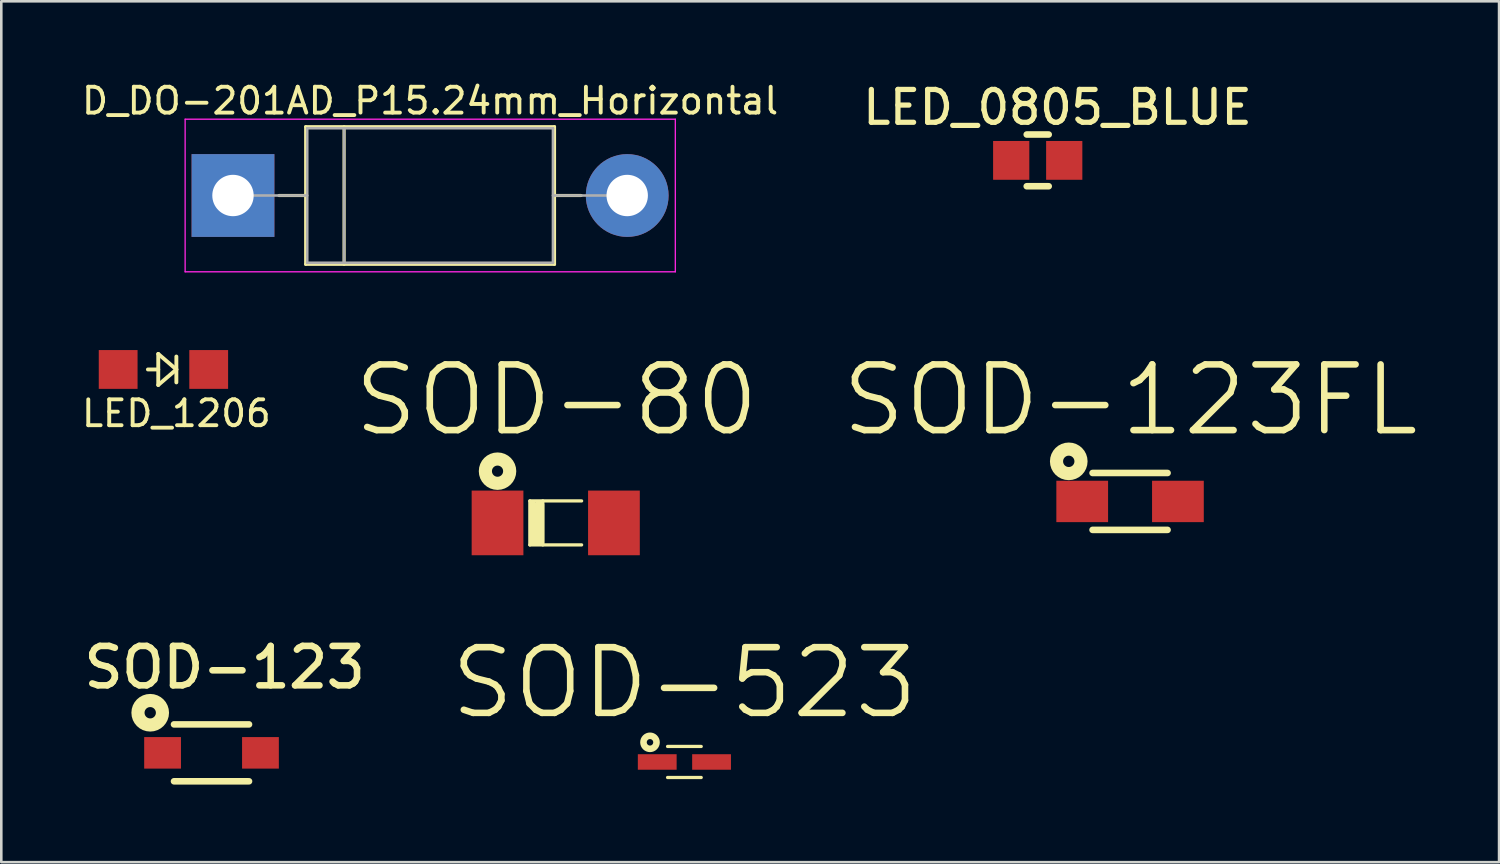
<source format=kicad_pcb>
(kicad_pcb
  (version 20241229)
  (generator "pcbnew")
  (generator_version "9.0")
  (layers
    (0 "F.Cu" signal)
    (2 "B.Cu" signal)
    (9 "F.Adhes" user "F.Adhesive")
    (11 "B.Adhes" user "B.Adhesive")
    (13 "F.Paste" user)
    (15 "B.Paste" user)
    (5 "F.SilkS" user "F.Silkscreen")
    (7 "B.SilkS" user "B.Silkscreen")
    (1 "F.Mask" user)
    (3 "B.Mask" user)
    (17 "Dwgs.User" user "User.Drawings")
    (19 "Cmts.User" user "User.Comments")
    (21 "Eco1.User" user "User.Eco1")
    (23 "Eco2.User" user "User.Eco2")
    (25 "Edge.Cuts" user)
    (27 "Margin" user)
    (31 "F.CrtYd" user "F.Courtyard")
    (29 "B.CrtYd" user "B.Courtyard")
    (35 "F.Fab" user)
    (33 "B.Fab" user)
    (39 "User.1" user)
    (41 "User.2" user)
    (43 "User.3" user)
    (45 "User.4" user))
  (footprint "SOD-523"
    (layer "F.Cu")
    (at 23.408 26.407)
    (property "Reference" "SOD-523" (at 0 -3.06 0) (layer "F.SilkS") (effects (font (size 2.54 2.54) (thickness 0.254))))
    (attr through_hole)
    (fp_line (start -0.65 0.6) (end 0.65 0.6) (stroke (width 0.127) (type solid)) (layer "F.SilkS"))
    (fp_line (start 0.65 -0.6) (end -0.65 -0.6) (stroke (width 0.127) (type solid)) (layer "F.SilkS"))
    (fp_circle (center -1.33 -0.76) (end -1.22 -0.82) (stroke (width 0.254) (type solid)) (fill no) (layer "F.SilkS"))
    (pad "1" smd rect (at -1.05 0) (size 1.5 0.6) (layers "F.Cu" "F.Mask" "F.Paste"))
    (pad "2" smd rect (at 1.05 0) (size 1.5 0.6) (layers "F.Cu" "F.Mask" "F.Paste")))
  (footprint "D_DO-201AD_P15.24mm_Horizontal"
    (layer "F.Cu")
    (at 5.957 4.508)
    (property "Reference" "D_DO-201AD_P15.24mm_Horizontal" (at 7.62 -3.66 0) (layer "F.SilkS") (effects (font (size 1 1) (thickness 0.15))))
    (attr through_hole)
    (fp_line (start 1.78 0) (end 2.81 0) (stroke (width 0.12) (type solid)) (layer "F.SilkS"))
    (fp_line (start 2.81 -2.66) (end 2.81 2.66) (stroke (width 0.12) (type solid)) (layer "F.SilkS"))
    (fp_line (start 2.81 2.66) (end 12.43 2.66) (stroke (width 0.12) (type solid)) (layer "F.SilkS"))
    (fp_line (start 4.295 -2.66) (end 4.295 2.66) (stroke (width 0.12) (type solid)) (layer "F.SilkS"))
    (fp_line (start 12.43 -2.66) (end 2.81 -2.66) (stroke (width 0.12) (type solid)) (layer "F.SilkS"))
    (fp_line (start 12.43 2.66) (end 12.43 -2.66) (stroke (width 0.12) (type solid)) (layer "F.SilkS"))
    (fp_line (start 13.46 0) (end 12.43 0) (stroke (width 0.12) (type solid)) (layer "F.SilkS"))
    (fp_line (start -1.85 -2.95) (end -1.85 2.95) (stroke (width 0.05) (type solid)) (layer "F.CrtYd"))
    (fp_line (start -1.85 2.95) (end 17.1 2.95) (stroke (width 0.05) (type solid)) (layer "F.CrtYd"))
    (fp_line (start 17.1 -2.95) (end -1.85 -2.95) (stroke (width 0.05) (type solid)) (layer "F.CrtYd"))
    (fp_line (start 17.1 2.95) (end 17.1 -2.95) (stroke (width 0.05) (type solid)) (layer "F.CrtYd"))
    (fp_line (start 0 0) (end 2.87 0) (stroke (width 0.1) (type solid)) (layer "F.Fab"))
    (fp_line (start 2.87 -2.6) (end 2.87 2.6) (stroke (width 0.1) (type solid)) (layer "F.Fab"))
    (fp_line (start 2.87 2.6) (end 12.37 2.6) (stroke (width 0.1) (type solid)) (layer "F.Fab"))
    (fp_line (start 4.295 -2.6) (end 4.295 2.6) (stroke (width 0.1) (type solid)) (layer "F.Fab"))
    (fp_line (start 12.37 -2.6) (end 2.87 -2.6) (stroke (width 0.1) (type solid)) (layer "F.Fab"))
    (fp_line (start 12.37 2.6) (end 12.37 -2.6) (stroke (width 0.1) (type solid)) (layer "F.Fab"))
    (fp_line (start 15.24 0) (end 12.37 0) (stroke (width 0.1) (type solid)) (layer "F.Fab"))
    (pad "1" thru_hole rect (at 0 0) (size 3.2 3.2) (drill 1.6) (layers "*.Cu" "*.Mask"))
    (pad "2" thru_hole oval (at 15.24 0) (size 3.2 3.2) (drill 1.6) (layers "*.Cu" "*.Mask")))
  (footprint "LED_1206"
    (layer "F.Cu")
    (at 3.268 11.233)
    (property "Reference" "LED_1206" (at 0.5 1.7 0) (layer "F.SilkS") (effects (font (size 1 1) (thickness 0.15))))
    (attr through_hole)
    (fp_line (start -0.2 -0.6) (end -0.2 0.6) (stroke (width 0.15) (type solid)) (layer "F.SilkS"))
    (fp_line (start -0.2 0) (end -0.6 0) (stroke (width 0.15) (type solid)) (layer "F.SilkS"))
    (fp_line (start -0.2 0.6) (end 0.5 0) (stroke (width 0.15) (type solid)) (layer "F.SilkS"))
    (fp_line (start 0.5 -0.5) (end 0.5 0.5) (stroke (width 0.15) (type solid)) (layer "F.SilkS"))
    (fp_line (start 0.5 0) (end -0.2 -0.6) (stroke (width 0.15) (type solid)) (layer "F.SilkS"))
    (pad "1" smd rect (at 1.75 0) (size 1.5 1.5) (layers "F.Cu" "F.Mask" "F.Paste"))
    (pad "2" smd rect (at -1.75 0) (size 1.5 1.5) (layers "F.Cu" "F.Mask" "F.Paste")))
  (footprint "LED_0805_BLUE"
    (layer "F.Cu")
    (at 36.042 3.15)
    (property "Reference" "LED_0805_BLUE" (at 1.79 -2.05 0) (layer "F.SilkS") (effects (font (size 1.27 1.27) (thickness 0.203))))
    (attr through_hole)
    (fp_line (start 0.6 -1) (end 1.45 -1) (stroke (width 0.254) (type solid)) (layer "F.SilkS"))
    (fp_line (start 0.6 1) (end 1.45 1) (stroke (width 0.254) (type solid)) (layer "F.SilkS"))
    (pad "1" smd rect (at 0 0) (size 1.4 1.5) (layers "F.Cu" "F.Mask" "F.Paste"))
    (pad "2" smd rect (at 2.05 0) (size 1.4 1.5) (layers "F.Cu" "F.Mask" "F.Paste")))
  (footprint "SOD-123FL"
    (layer "F.Cu")
    (at 40.637 16.335)
    (property "Reference" "SOD-123FL" (at 0.01 -3.92 0) (layer "F.SilkS") (effects (font (size 2.54 2.54) (thickness 0.254))))
    (attr through_hole)
    (fp_line (start -1.45 1.1) (end 1.45 1.1) (stroke (width 0.254) (type solid)) (layer "F.SilkS"))
    (fp_line (start 1.45 -1.1) (end -1.45 -1.1) (stroke (width 0.254) (type solid)) (layer "F.SilkS"))
    (fp_circle (center -2.37 -1.55) (end -2.18 -1.66) (stroke (width 0.508) (type solid)) (fill no) (layer "F.SilkS"))
    (pad "1" smd rect (at -1.85 0) (size 2 1.6) (layers "F.Cu" "F.Mask" "F.Paste"))
    (pad "2" smd rect (at 1.85 0) (size 2 1.6) (layers "F.Cu" "F.Mask" "F.Paste")))
  (footprint "SOD-80"
    (layer "F.Cu")
    (at 18.434 17.165)
    (property "Reference" "SOD-80" (at 0.03 -4.75 0) (layer "F.SilkS") (effects (font (size 2.54 2.54) (thickness 0.254))))
    (attr through_hole)
    (fp_line (start -1 0.85) (end -1 -0.85) (stroke (width 0.127) (type solid)) (layer "F.SilkS"))
    (fp_line (start -1 0.85) (end 1 0.85) (stroke (width 0.127) (type solid)) (layer "F.SilkS"))
    (fp_line (start -0.89 0.73) (end -0.88 -0.72) (stroke (width 0.254) (type solid)) (layer "F.SilkS"))
    (fp_line (start -0.7 -0.7) (end -0.69 0.73) (stroke (width 0.254) (type solid)) (layer "F.SilkS"))
    (fp_line (start -0.69 0.73) (end -0.89 0.73) (stroke (width 0.254) (type solid)) (layer "F.SilkS"))
    (fp_line (start -0.57 -0.71) (end -0.57 0.75) (stroke (width 0.254) (type solid)) (layer "F.SilkS"))
    (fp_line (start -0.5 -0.85) (end -0.5 0.85) (stroke (width 0.127) (type solid)) (layer "F.SilkS"))
    (fp_line (start 1 -0.85) (end -1 -0.85) (stroke (width 0.127) (type solid)) (layer "F.SilkS"))
    (fp_circle (center -2.25 -2) (end -2.43 -2.12) (stroke (width 0.508) (type solid)) (fill no) (layer "F.SilkS"))
    (pad "1" smd rect (at -2.25 0) (size 2 2.5) (layers "F.Cu" "F.Mask" "F.Paste"))
    (pad "2" smd rect (at 2.25 0) (size 2 2.5) (layers "F.Cu" "F.Mask" "F.Paste")))
  (footprint "SOD-123"
    (layer "F.Cu")
    (at 5.127 26.054)
    (property "Reference" "SOD-123" (at 0.508 -3.302 0) (layer "F.SilkS") (effects (font (size 1.524 1.524) (thickness 0.254))))
    (attr through_hole)
    (fp_line (start -1.45 1.1) (end 1.45 1.1) (stroke (width 0.254) (type solid)) (layer "F.SilkS"))
    (fp_line (start 1.45 -1.1) (end -1.45 -1.1) (stroke (width 0.254) (type solid)) (layer "F.SilkS"))
    (fp_circle (center -2.37 -1.55) (end -2.18 -1.66) (stroke (width 0.508) (type solid)) (fill no) (layer "F.SilkS"))
    (pad "1" smd rect (at -1.892 0) (size 1.422 1.219) (layers "F.Cu" "F.Mask" "F.Paste"))
    (pad "2" smd rect (at 1.892 0) (size 1.422 1.219) (layers "F.Cu" "F.Mask" "F.Paste")))
  (gr_rect
    (start -3 -3)
    (end 54.902 30.281)
    (stroke (width 0.1) (type default))
    (fill no)
    (layer "Edge.Cuts")))
</source>
